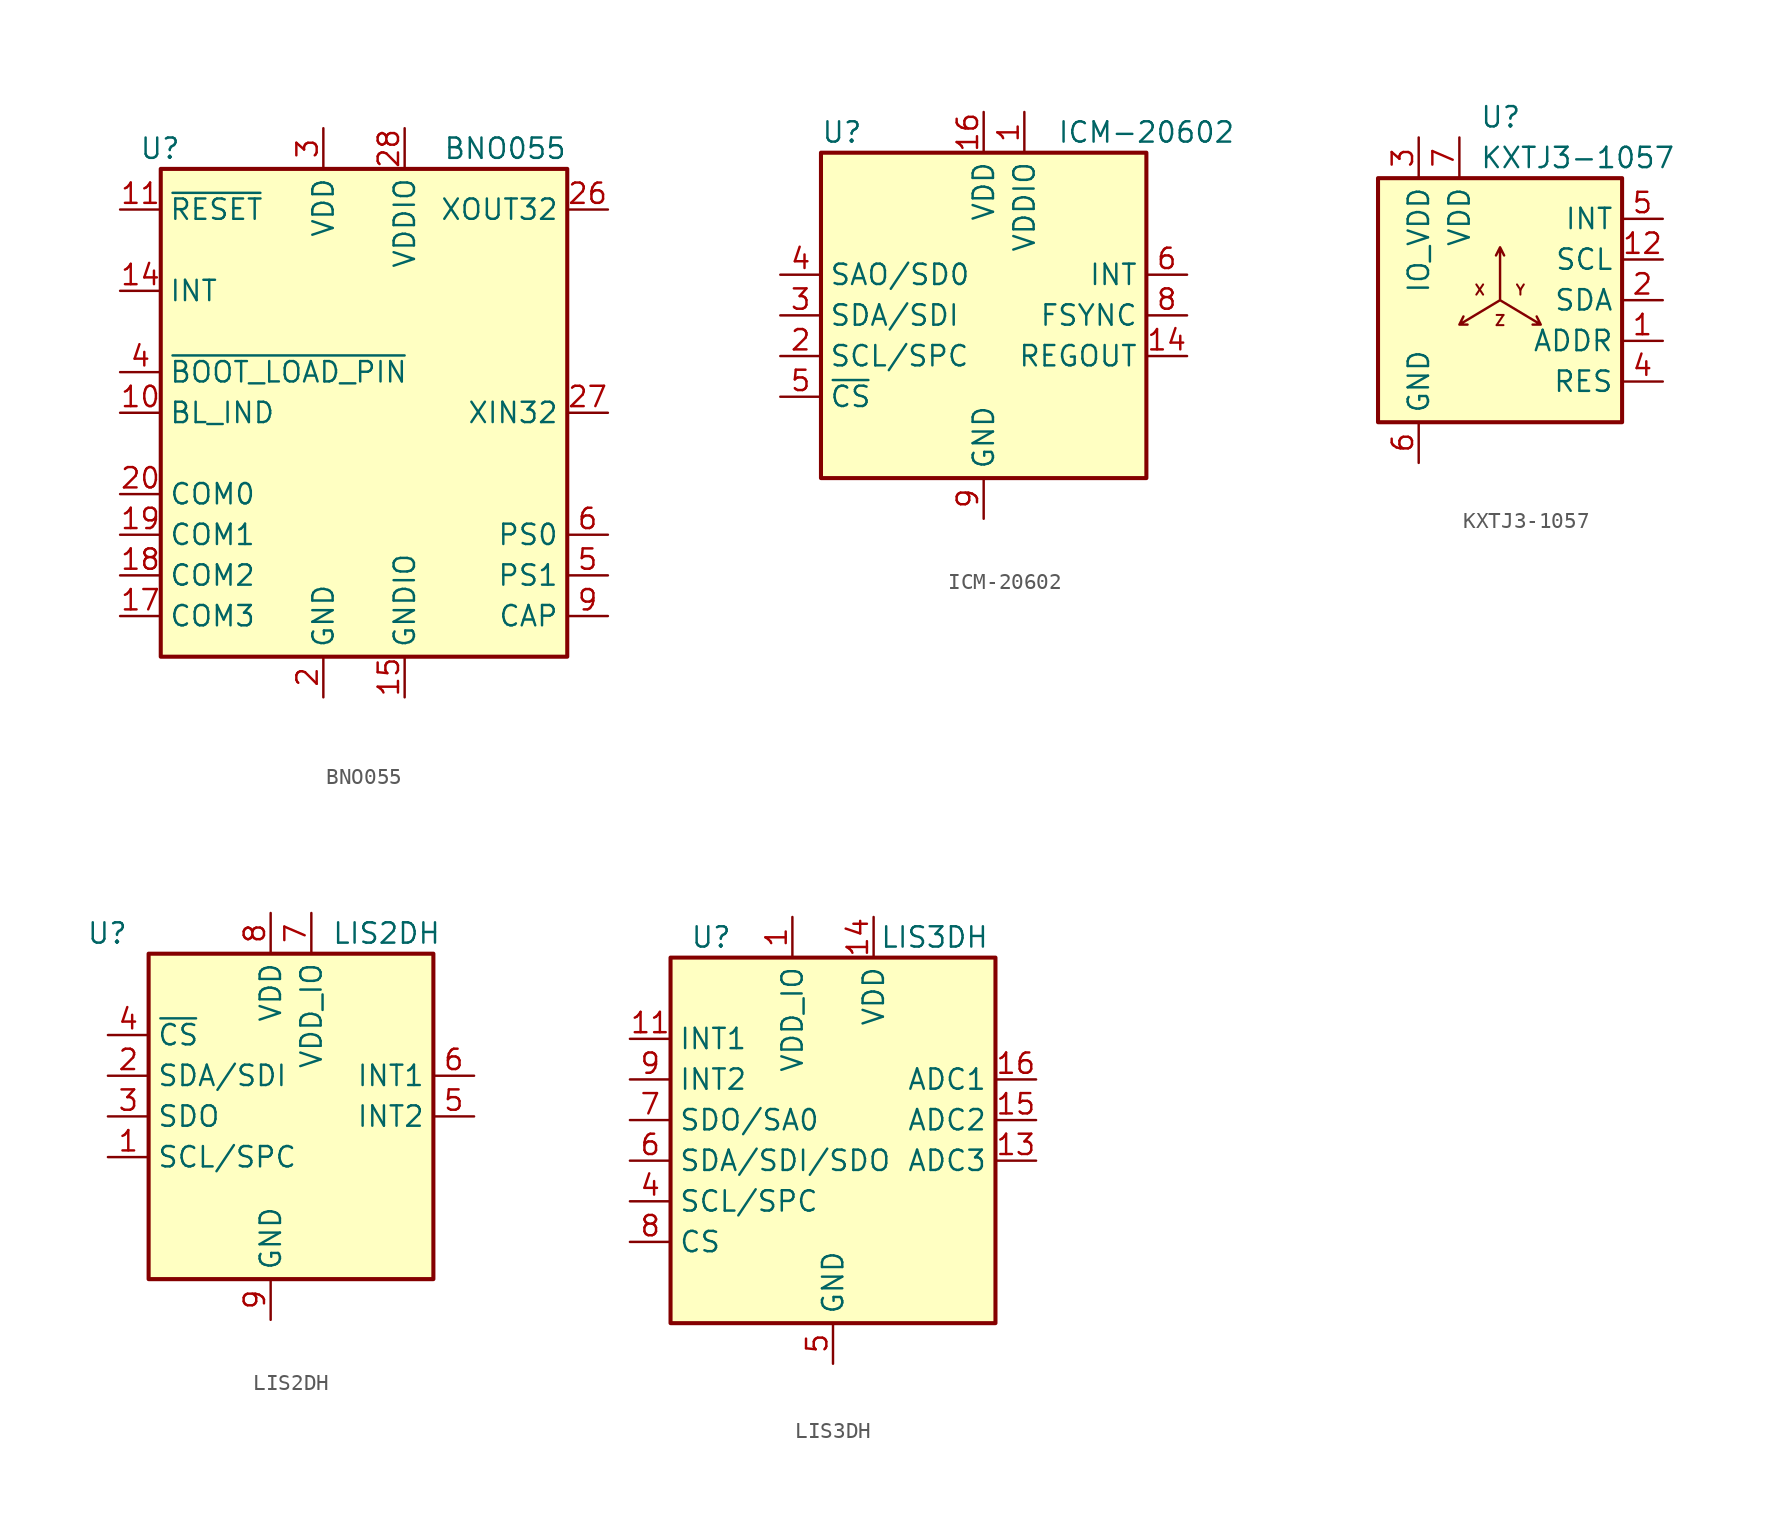
<source format=kicad_sym>
(kicad_symbol_lib
  (version 20211014)
  (generator kicad_symbol_editor)
  (symbol "BNO055"
    (property "Reference" "U"
      (at -11.43 16.51 0)
      (effects (font (size 1.27 1.27)) (justify right)))
    (property "Value" "BNO055"
      (at 12.7 16.51 0)
      (effects (font (size 1.27 1.27)) (justify right)))
    (symbol "BNO055_0_1"
      (rectangle (start -12.7 15.24) (end 12.7 -15.24) (stroke (width 0.254) (type default) (color 0 0 0 0)) (fill (type background))))
    (symbol "BNO055_1_1"
      (pin no_connect line (at -12.7 10.16 0) (length 2.54) hide (name "PIN1" (effects (font (size 1.27 1.27)))) (number "1" (effects (font (size 1.27 1.27)))))
      (pin output line (at -15.24 0 0) (length 2.54) (name "BL_IND" (effects (font (size 1.27 1.27)))) (number "10" (effects (font (size 1.27 1.27)))))
      (pin input line (at -15.24 12.7 0) (length 2.54) (name "~{RESET}" (effects (font (size 1.27 1.27)))) (number "11" (effects (font (size 1.27 1.27)))))
      (pin no_connect line (at 12.7 10.16 180) (length 2.54) hide (name "PIN12" (effects (font (size 1.27 1.27)))) (number "12" (effects (font (size 1.27 1.27)))))
      (pin no_connect line (at 12.7 7.62 180) (length 2.54) hide (name "PIN13" (effects (font (size 1.27 1.27)))) (number "13" (effects (font (size 1.27 1.27)))))
      (pin output line (at -15.24 7.62 0) (length 2.54) (name "INT" (effects (font (size 1.27 1.27)))) (number "14" (effects (font (size 1.27 1.27)))))
      (pin power_in line (at 2.54 -17.78 90) (length 2.54) (name "GNDIO" (effects (font (size 1.27 1.27)))) (number "15" (effects (font (size 1.27 1.27)))))
      (pin passive line (at 2.54 -17.78 90) (length 2.54) hide (name "GNDIO" (effects (font (size 1.27 1.27)))) (number "16" (effects (font (size 1.27 1.27)))))
      (pin input line (at -15.24 -12.7 0) (length 2.54) (name "COM3" (effects (font (size 1.27 1.27)))) (number "17" (effects (font (size 1.27 1.27)))))
      (pin passive line (at -15.24 -10.16 0) (length 2.54) (name "COM2" (effects (font (size 1.27 1.27)))) (number "18" (effects (font (size 1.27 1.27)))))
      (pin bidirectional line (at -15.24 -7.62 0) (length 2.54) (name "COM1" (effects (font (size 1.27 1.27)))) (number "19" (effects (font (size 1.27 1.27)))))
      (pin power_in line (at -2.54 -17.78 90) (length 2.54) (name "GND" (effects (font (size 1.27 1.27)))) (number "2" (effects (font (size 1.27 1.27)))))
      (pin bidirectional line (at -15.24 -5.08 0) (length 2.54) (name "COM0" (effects (font (size 1.27 1.27)))) (number "20" (effects (font (size 1.27 1.27)))))
      (pin no_connect line (at 12.7 5.08 180) (length 2.54) hide (name "PIN21" (effects (font (size 1.27 1.27)))) (number "21" (effects (font (size 1.27 1.27)))))
      (pin no_connect line (at 12.7 2.54 180) (length 2.54) hide (name "PIN22" (effects (font (size 1.27 1.27)))) (number "22" (effects (font (size 1.27 1.27)))))
      (pin no_connect line (at 12.7 -2.54 180) (length 2.54) hide (name "PIN23" (effects (font (size 1.27 1.27)))) (number "23" (effects (font (size 1.27 1.27)))))
      (pin no_connect line (at 12.7 -5.08 180) (length 2.54) hide (name "PIN24" (effects (font (size 1.27 1.27)))) (number "24" (effects (font (size 1.27 1.27)))))
      (pin passive line (at 2.54 -17.78 90) (length 2.54) hide (name "GNDIO" (effects (font (size 1.27 1.27)))) (number "25" (effects (font (size 1.27 1.27)))))
      (pin output line (at 15.24 12.7 180) (length 2.54) (name "XOUT32" (effects (font (size 1.27 1.27)))) (number "26" (effects (font (size 1.27 1.27)))))
      (pin input line (at 15.24 0 180) (length 2.54) (name "XIN32" (effects (font (size 1.27 1.27)))) (number "27" (effects (font (size 1.27 1.27)))))
      (pin power_in line (at 2.54 17.78 270) (length 2.54) (name "VDDIO" (effects (font (size 1.27 1.27)))) (number "28" (effects (font (size 1.27 1.27)))))
      (pin power_in line (at -2.54 17.78 270) (length 2.54) (name "VDD" (effects (font (size 1.27 1.27)))) (number "3" (effects (font (size 1.27 1.27)))))
      (pin input line (at -15.24 2.54 0) (length 2.54) (name "~{BOOT_LOAD_PIN}" (effects (font (size 1.27 1.27)))) (number "4" (effects (font (size 1.27 1.27)))))
      (pin input line (at 15.24 -10.16 180) (length 2.54) (name "PS1" (effects (font (size 1.27 1.27)))) (number "5" (effects (font (size 1.27 1.27)))))
      (pin input line (at 15.24 -7.62 180) (length 2.54) (name "PS0" (effects (font (size 1.27 1.27)))) (number "6" (effects (font (size 1.27 1.27)))))
      (pin no_connect line (at -12.7 5.08 0) (length 2.54) hide (name "PIN7" (effects (font (size 1.27 1.27)))) (number "7" (effects (font (size 1.27 1.27)))))
      (pin no_connect line (at -12.7 -2.54 0) (length 2.54) hide (name "PIN8" (effects (font (size 1.27 1.27)))) (number "8" (effects (font (size 1.27 1.27)))))
      (pin passive line (at 15.24 -12.7 180) (length 2.54) (name "CAP" (effects (font (size 1.27 1.27)))) (number "9" (effects (font (size 1.27 1.27)))))))
  (symbol "ICM-20602"
    (property "Reference" "U"
      (at -10.16 11.43 0)
      (effects (font (size 1.27 1.27)) (justify left)))
    (property "Value" "ICM-20602"
      (at 10.16 11.43 0)
      (effects (font (size 1.27 1.27))))
    (symbol "ICM-20602_0_1"
      (rectangle (start -10.16 10.16) (end 10.16 -10.16) (stroke (width 0.254) (type default) (color 0 0 0 0)) (fill (type background))))
    (symbol "ICM-20602_1_1"
      (pin power_in line (at 2.54 12.7 270) (length 2.54) (name "VDDIO" (effects (font (size 1.27 1.27)))) (number "1" (effects (font (size 1.27 1.27)))))
      (pin passive line (at 0 -12.7 90) (length 2.54) hide (name "GND" (effects (font (size 1.27 1.27)))) (number "10" (effects (font (size 1.27 1.27)))))
      (pin passive line (at 0 -12.7 90) (length 2.54) hide (name "GND" (effects (font (size 1.27 1.27)))) (number "11" (effects (font (size 1.27 1.27)))))
      (pin passive line (at 0 -12.7 90) (length 2.54) hide (name "GND" (effects (font (size 1.27 1.27)))) (number "12" (effects (font (size 1.27 1.27)))))
      (pin passive line (at 0 -12.7 90) (length 2.54) hide (name "GND" (effects (font (size 1.27 1.27)))) (number "13" (effects (font (size 1.27 1.27)))))
      (pin passive line (at 12.7 -2.54 180) (length 2.54) (name "REGOUT" (effects (font (size 1.27 1.27)))) (number "14" (effects (font (size 1.27 1.27)))))
      (pin passive line (at 0 -12.7 90) (length 2.54) hide (name "GND" (effects (font (size 1.27 1.27)))) (number "15" (effects (font (size 1.27 1.27)))))
      (pin power_in line (at 0 12.7 270) (length 2.54) (name "VDD" (effects (font (size 1.27 1.27)))) (number "16" (effects (font (size 1.27 1.27)))))
      (pin input line (at -12.7 -2.54 0) (length 2.54) (name "SCL/SPC" (effects (font (size 1.27 1.27)))) (number "2" (effects (font (size 1.27 1.27)))))
      (pin bidirectional line (at -12.7 0 0) (length 2.54) (name "SDA/SDI" (effects (font (size 1.27 1.27)))) (number "3" (effects (font (size 1.27 1.27)))))
      (pin bidirectional line (at -12.7 2.54 0) (length 2.54) (name "SAO/SD0" (effects (font (size 1.27 1.27)))) (number "4" (effects (font (size 1.27 1.27)))))
      (pin input line (at -12.7 -5.08 0) (length 2.54) (name "~{CS}" (effects (font (size 1.27 1.27)))) (number "5" (effects (font (size 1.27 1.27)))))
      (pin output line (at 12.7 2.54 180) (length 2.54) (name "INT" (effects (font (size 1.27 1.27)))) (number "6" (effects (font (size 1.27 1.27)))))
      (pin no_connect line (at -10.16 5.08 0) (length 2.54) hide (name "RESV" (effects (font (size 1.27 1.27)))) (number "7" (effects (font (size 1.27 1.27)))))
      (pin input line (at 12.7 0 180) (length 2.54) (name "FSYNC" (effects (font (size 1.27 1.27)))) (number "8" (effects (font (size 1.27 1.27)))))
      (pin power_in line (at 0 -12.7 90) (length 2.54) (name "GND" (effects (font (size 1.27 1.27)))) (number "9" (effects (font (size 1.27 1.27)))))))
  (symbol "KXTJ3-1057"
    (property "Reference" "U"
      (at -1.27 11.43 0)
      (effects (font (size 1.27 1.27)) (justify left)))
    (property "Value" "KXTJ3-1057"
      (at -1.27 8.89 0)
      (effects (font (size 1.27 1.27)) (justify left)))
    (symbol "KXTJ3-1057_0_0"
      (text "X" (at -1.27 0.635 0) (effects (font (size 0.635 0.635) bold)))
      (text "Y" (at 1.27 0.635 0) (effects (font (size 0.635 0.635) bold)))
      (text "Z" (at 0 -1.27 0) (effects (font (size 0.635 0.635) bold))))
    (symbol "KXTJ3-1057_0_1"
      (rectangle (start -7.62 7.62) (end 7.62 -7.62) (stroke (width 0.254) (type default) (color 0 0 0 0)) (fill (type background)))
      (polyline (pts (xy 0 0) (xy 0 3.302) (xy 0.254 2.794) (xy 0 3.302) (xy -0.254 2.794) (xy 0 3.302) (xy 0 0) (xy 2.54 -1.524) (xy 2.286 -1.016) (xy 2.54 -1.524) (xy 2.032 -1.524) (xy 2.54 -1.524) (xy 0 0) (xy -2.54 -1.524) (xy -2.286 -1.016) (xy -2.54 -1.524) (xy -2.032 -1.524)) (stroke (width 0) (type default) (color 0 0 0 0)) (fill (type none))))
    (symbol "KXTJ3-1057_1_1"
      (pin input line (at 10.16 -2.54 180) (length 2.54) (name "ADDR" (effects (font (size 1.27 1.27)))) (number "1" (effects (font (size 1.27 1.27)))))
      (pin passive line (at -2.54 10.16 270) (length 2.54) hide (name "VDD" (effects (font (size 1.27 1.27)))) (number "10" (effects (font (size 1.27 1.27)))))
      (pin passive line (at -5.08 10.16 270) (length 2.54) hide (name "IO_VDD" (effects (font (size 1.27 1.27)))) (number "11" (effects (font (size 1.27 1.27)))))
      (pin input line (at 10.16 2.54 180) (length 2.54) (name "SCL" (effects (font (size 1.27 1.27)))) (number "12" (effects (font (size 1.27 1.27)))))
      (pin bidirectional line (at 10.16 0 180) (length 2.54) (name "SDA" (effects (font (size 1.27 1.27)))) (number "2" (effects (font (size 1.27 1.27)))))
      (pin power_in line (at -5.08 10.16 270) (length 2.54) (name "IO_VDD" (effects (font (size 1.27 1.27)))) (number "3" (effects (font (size 1.27 1.27)))))
      (pin passive line (at 10.16 -5.08 180) (length 2.54) (name "RES" (effects (font (size 1.27 1.27)))) (number "4" (effects (font (size 1.27 1.27)))))
      (pin output line (at 10.16 5.08 180) (length 2.54) (name "INT" (effects (font (size 1.27 1.27)))) (number "5" (effects (font (size 1.27 1.27)))))
      (pin power_in line (at -5.08 -10.16 90) (length 2.54) (name "GND" (effects (font (size 1.27 1.27)))) (number "6" (effects (font (size 1.27 1.27)))))
      (pin power_in line (at -2.54 10.16 270) (length 2.54) (name "VDD" (effects (font (size 1.27 1.27)))) (number "7" (effects (font (size 1.27 1.27)))))
      (pin passive line (at -5.08 -10.16 90) (length 2.54) hide (name "GND" (effects (font (size 1.27 1.27)))) (number "8" (effects (font (size 1.27 1.27)))))
      (pin passive line (at -5.08 -10.16 90) (length 2.54) hide (name "GND" (effects (font (size 1.27 1.27)))) (number "9" (effects (font (size 1.27 1.27)))))))
  (symbol "LIS2DH"
    (property "Reference" "U"
      (at -8.89 11.43 0)
      (effects (font (size 1.27 1.27)) (justify right)))
    (property "Value" "LIS2DH"
      (at 3.81 11.43 0)
      (effects (font (size 1.27 1.27)) (justify left)))
    (symbol "LIS2DH_0_1"
      (rectangle (start -7.62 10.16) (end 10.16 -10.16) (stroke (width 0.254) (type default) (color 0 0 0 0)) (fill (type background))))
    (symbol "LIS2DH_1_1"
      (pin input line (at -10.16 -2.54 0) (length 2.54) (name "SCL/SPC" (effects (font (size 1.27 1.27)))) (number "1" (effects (font (size 1.27 1.27)))))
      (pin passive line (at 0 -12.7 90) (length 2.54) hide (name "GND" (effects (font (size 1.27 1.27)))) (number "10" (effects (font (size 1.27 1.27)))))
      (pin passive line (at 0 -12.7 90) (length 2.54) hide (name "GND" (effects (font (size 1.27 1.27)))) (number "11" (effects (font (size 1.27 1.27)))))
      (pin passive line (at 0 -12.7 90) (length 2.54) hide (name "GND" (effects (font (size 1.27 1.27)))) (number "12" (effects (font (size 1.27 1.27)))))
      (pin passive line (at 0 -12.7 90) (length 2.54) hide (name "GND" (effects (font (size 1.27 1.27)))) (number "13" (effects (font (size 1.27 1.27)))))
      (pin passive line (at 0 -12.7 90) (length 2.54) hide (name "GND" (effects (font (size 1.27 1.27)))) (number "14" (effects (font (size 1.27 1.27)))))
      (pin bidirectional line (at -10.16 2.54 0) (length 2.54) (name "SDA/SDI" (effects (font (size 1.27 1.27)))) (number "2" (effects (font (size 1.27 1.27)))))
      (pin output line (at -10.16 0 0) (length 2.54) (name "SDO" (effects (font (size 1.27 1.27)))) (number "3" (effects (font (size 1.27 1.27)))) (alternate "SA0" passive line))
      (pin input line (at -10.16 5.08 0) (length 2.54) (name "~{CS}" (effects (font (size 1.27 1.27)))) (number "4" (effects (font (size 1.27 1.27)))))
      (pin output line (at 12.7 0 180) (length 2.54) (name "INT2" (effects (font (size 1.27 1.27)))) (number "5" (effects (font (size 1.27 1.27)))))
      (pin output line (at 12.7 2.54 180) (length 2.54) (name "INT1" (effects (font (size 1.27 1.27)))) (number "6" (effects (font (size 1.27 1.27)))))
      (pin power_in line (at 2.54 12.7 270) (length 2.54) (name "VDD_IO" (effects (font (size 1.27 1.27)))) (number "7" (effects (font (size 1.27 1.27)))))
      (pin power_in line (at 0 12.7 270) (length 2.54) (name "VDD" (effects (font (size 1.27 1.27)))) (number "8" (effects (font (size 1.27 1.27)))))
      (pin power_in line (at 0 -12.7 90) (length 2.54) (name "GND" (effects (font (size 1.27 1.27)))) (number "9" (effects (font (size 1.27 1.27)))))))
  (symbol "LIS3DH"
    (property "Reference" "U"
      (at -7.62 11.43 0)
      (effects (font (size 1.27 1.27))))
    (property "Value" "LIS3DH"
      (at 6.35 11.43 0)
      (effects (font (size 1.27 1.27))))
    (symbol "LIS3DH_0_1"
      (rectangle (start -10.16 10.16) (end 10.16 -12.7) (stroke (width 0.254) (type default) (color 0 0 0 0)) (fill (type background))))
    (symbol "LIS3DH_1_1"
      (pin power_in line (at -2.54 12.7 270) (length 2.54) (name "VDD_IO" (effects (font (size 1.27 1.27)))) (number "1" (effects (font (size 1.27 1.27)))))
      (pin passive line (at 0 -15.24 90) (length 2.54) hide (name "GND" (effects (font (size 1.27 1.27)))) (number "10" (effects (font (size 1.27 1.27)))))
      (pin output line (at -12.7 5.08 0) (length 2.54) (name "INT1" (effects (font (size 1.27 1.27)))) (number "11" (effects (font (size 1.27 1.27)))))
      (pin passive line (at 0 -15.24 90) (length 2.54) hide (name "GND" (effects (font (size 1.27 1.27)))) (number "12" (effects (font (size 1.27 1.27)))))
      (pin input line (at 12.7 -2.54 180) (length 2.54) (name "ADC3" (effects (font (size 1.27 1.27)))) (number "13" (effects (font (size 1.27 1.27)))))
      (pin power_in line (at 2.54 12.7 270) (length 2.54) (name "VDD" (effects (font (size 1.27 1.27)))) (number "14" (effects (font (size 1.27 1.27)))))
      (pin input line (at 12.7 0 180) (length 2.54) (name "ADC2" (effects (font (size 1.27 1.27)))) (number "15" (effects (font (size 1.27 1.27)))))
      (pin input line (at 12.7 2.54 180) (length 2.54) (name "ADC1" (effects (font (size 1.27 1.27)))) (number "16" (effects (font (size 1.27 1.27)))))
      (pin no_connect line (at 10.16 5.08 180) (length 2.54) hide (name "NC" (effects (font (size 1.27 1.27)))) (number "2" (effects (font (size 1.27 1.27)))))
      (pin no_connect line (at 10.16 7.62 180) (length 2.54) hide (name "NC" (effects (font (size 1.27 1.27)))) (number "3" (effects (font (size 1.27 1.27)))))
      (pin input line (at -12.7 -5.08 0) (length 2.54) (name "SCL/SPC" (effects (font (size 1.27 1.27)))) (number "4" (effects (font (size 1.27 1.27)))))
      (pin power_in line (at 0 -15.24 90) (length 2.54) (name "GND" (effects (font (size 1.27 1.27)))) (number "5" (effects (font (size 1.27 1.27)))))
      (pin bidirectional line (at -12.7 -2.54 0) (length 2.54) (name "SDA/SDI/SDO" (effects (font (size 1.27 1.27)))) (number "6" (effects (font (size 1.27 1.27)))))
      (pin bidirectional line (at -12.7 0 0) (length 2.54) (name "SDO/SA0" (effects (font (size 1.27 1.27)))) (number "7" (effects (font (size 1.27 1.27)))))
      (pin input line (at -12.7 -7.62 0) (length 2.54) (name "CS" (effects (font (size 1.27 1.27)))) (number "8" (effects (font (size 1.27 1.27)))))
      (pin output line (at -12.7 2.54 0) (length 2.54) (name "INT2" (effects (font (size 1.27 1.27)))) (number "9" (effects (font (size 1.27 1.27))))))))
</source>
